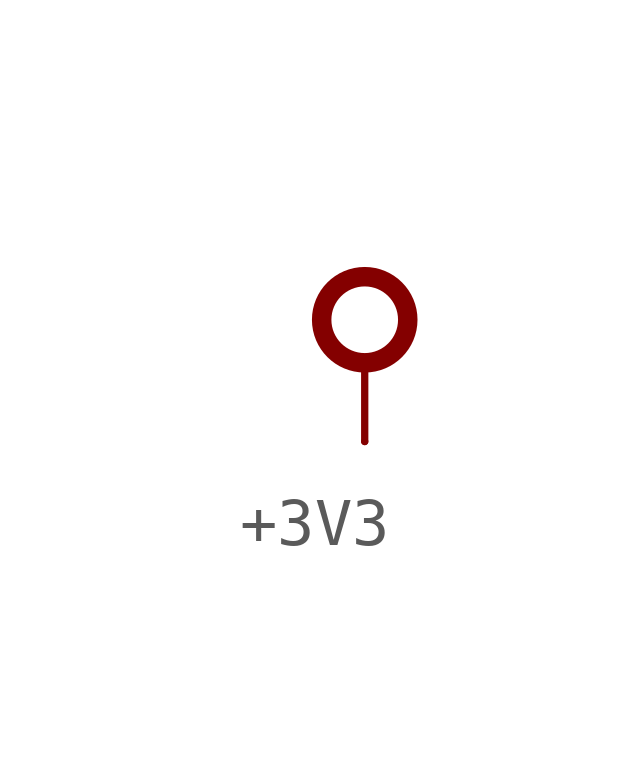
<source format=kicad_sym>
(kicad_symbol_lib
  (version 20231120)
  (generator "kicad_symbol_editor")
  (generator_version "8.0")
  (symbol "+3V3"
    (power)
    (property "Reference" "#V"
      (at 0 0 0)
      (effects (font (size 1.27 1.27)) (hide yes)))
    (property "Value" ""
      (at -3.175 1.587 0)
      (effects (font (size 1.778 1.511)) (justify left bottom)))
    (property "ki_locked" ""
      (at 0 0 0)
      (effects (font (size 1.27 1.27))))
    (symbol "+3V3_1_0"
      (polyline (pts (xy 0 -2.54) (xy 0 -0.953)) (stroke (width 0.152) (type solid)) (fill (type none)))
      (circle (center 0 -0.0001) (radius 0.898) (stroke (width 0.406) (type solid)) (fill (type none)))
      (pin power_in line (at 0 -2.54 90) (length 0) (name "+3V3" (effects (font (size 0 0)))) (number "1" (effects (font (size 0 0))))))))
</source>
